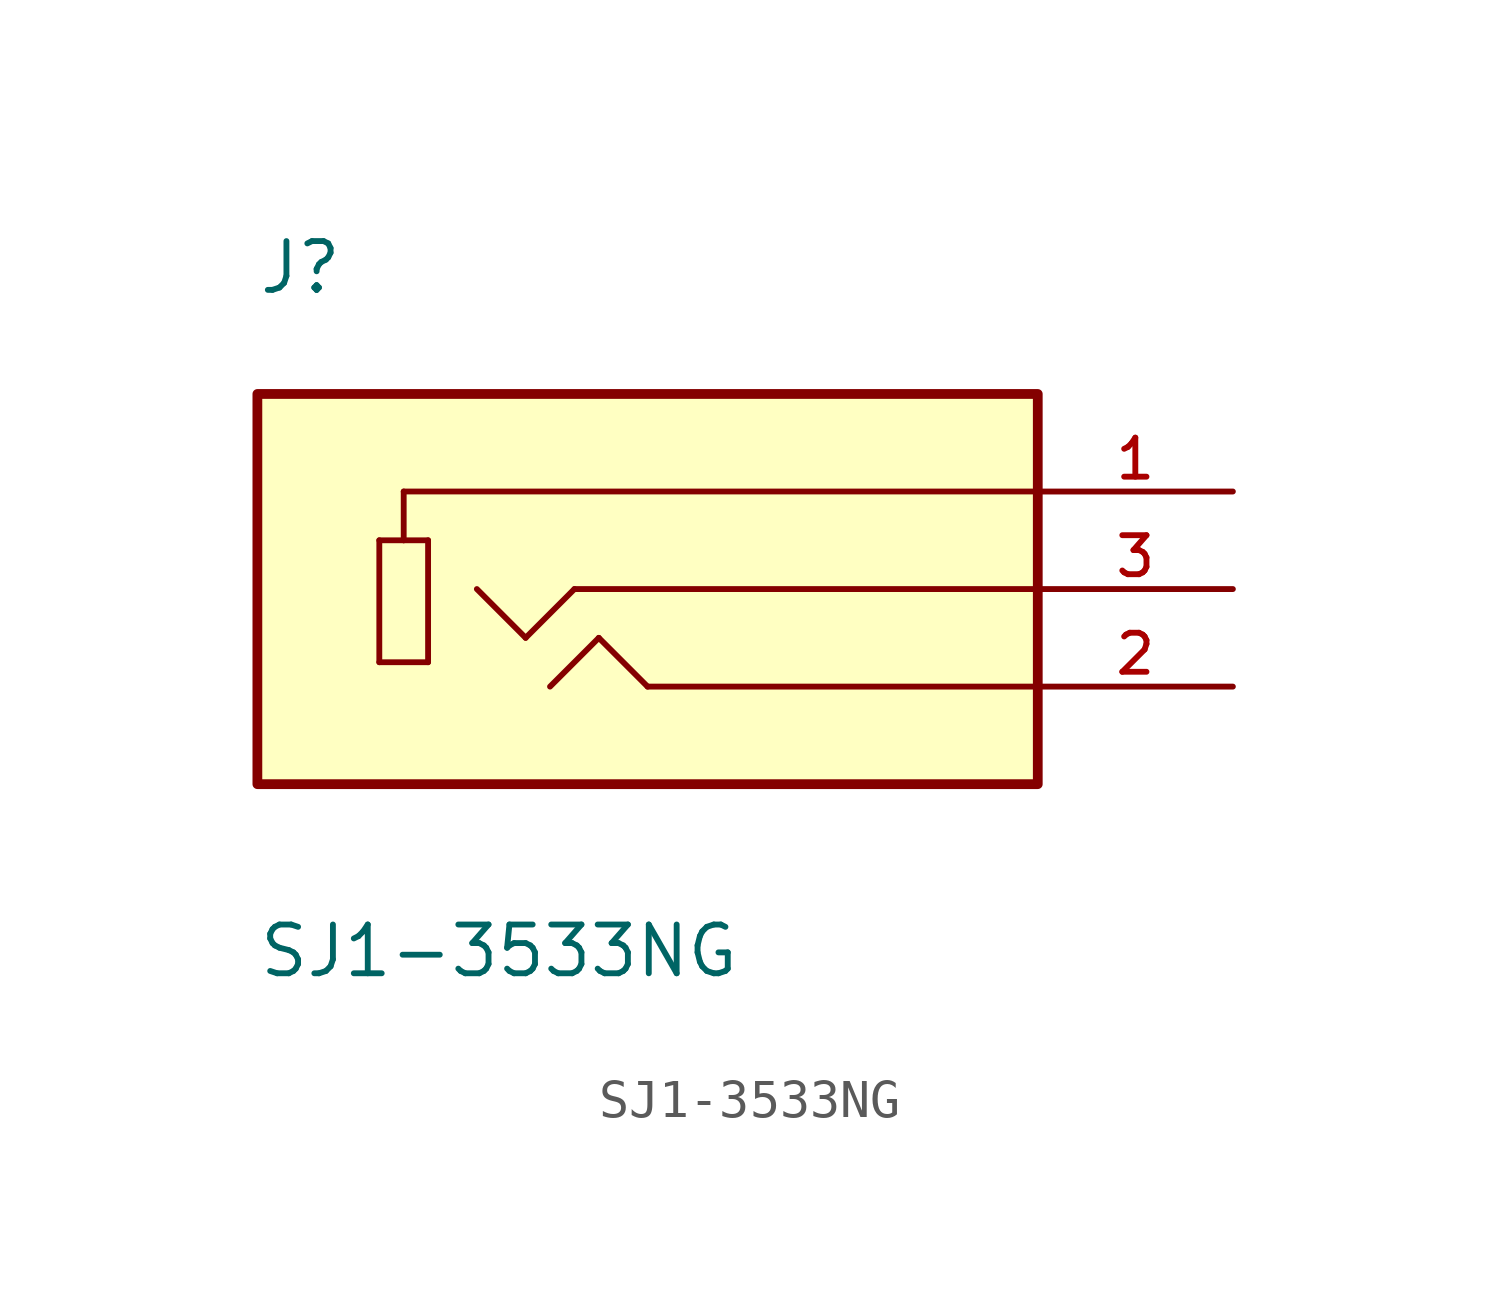
<source format=kicad_sym>
(kicad_symbol_lib
  (version 20211014)
  (generator kicad_symbol_editor)
  (symbol "SJ1-3533NG"
    (pin_names
      (offset 1.016))
    (property "Reference" "J"
      (at -10.169 7.627 0)
      (effects (font (size 1.27 1.27)) (justify bottom left)))
    (property "Value" "SJ1-3533NG"
      (at -10.168 -10.168 0)
      (effects (font (size 1.27 1.27)) (justify bottom left)))
    (symbol "SJ1-3533NG_0_0"
      (polyline (pts (xy 10.16 2.54) (xy -6.35 2.54)) (stroke (width 0.152)))
      (polyline (pts (xy -6.35 2.54) (xy -6.35 1.27)) (stroke (width 0.152)))
      (polyline (pts (xy -6.35 1.27) (xy -5.715 1.27)) (stroke (width 0.152)))
      (polyline (pts (xy -5.715 1.27) (xy -5.715 -1.905)) (stroke (width 0.152)))
      (polyline (pts (xy -5.715 -1.905) (xy -6.985 -1.905)) (stroke (width 0.152)))
      (polyline (pts (xy -6.985 -1.905) (xy -6.985 1.27)) (stroke (width 0.152)))
      (polyline (pts (xy -6.985 1.27) (xy -6.35 1.27)) (stroke (width 0.152)))
      (polyline (pts (xy 10.16 0.0) (xy -1.905 0.0)) (stroke (width 0.152)))
      (polyline (pts (xy -1.905 0.0) (xy -3.175 -1.27)) (stroke (width 0.152)))
      (polyline (pts (xy -3.175 -1.27) (xy -4.445 0.0)) (stroke (width 0.152)))
      (polyline (pts (xy 10.16 -2.54) (xy 0.0 -2.54)) (stroke (width 0.152)))
      (polyline (pts (xy 0.0 -2.54) (xy -1.27 -1.27)) (stroke (width 0.152)))
      (polyline (pts (xy -1.27 -1.27) (xy -2.54 -2.54)) (stroke (width 0.152)))
      (rectangle (start -10.16 -5.08) (end 10.16 5.08) (stroke (width 0.254)) (fill (type background)))
      (pin passive line (at 15.24 2.54 180.0) (length 5.08) (name "~" (effects (font (size 1.016 1.016)))) (number "1" (effects (font (size 1.016 1.016)))))
      (pin passive line (at 15.24 -2.54 180.0) (length 5.08) (name "~" (effects (font (size 1.016 1.016)))) (number "2" (effects (font (size 1.016 1.016)))))
      (pin passive line (at 15.24 0.0 180.0) (length 5.08) (name "~" (effects (font (size 1.016 1.016)))) (number "3" (effects (font (size 1.016 1.016))))))))
</source>
